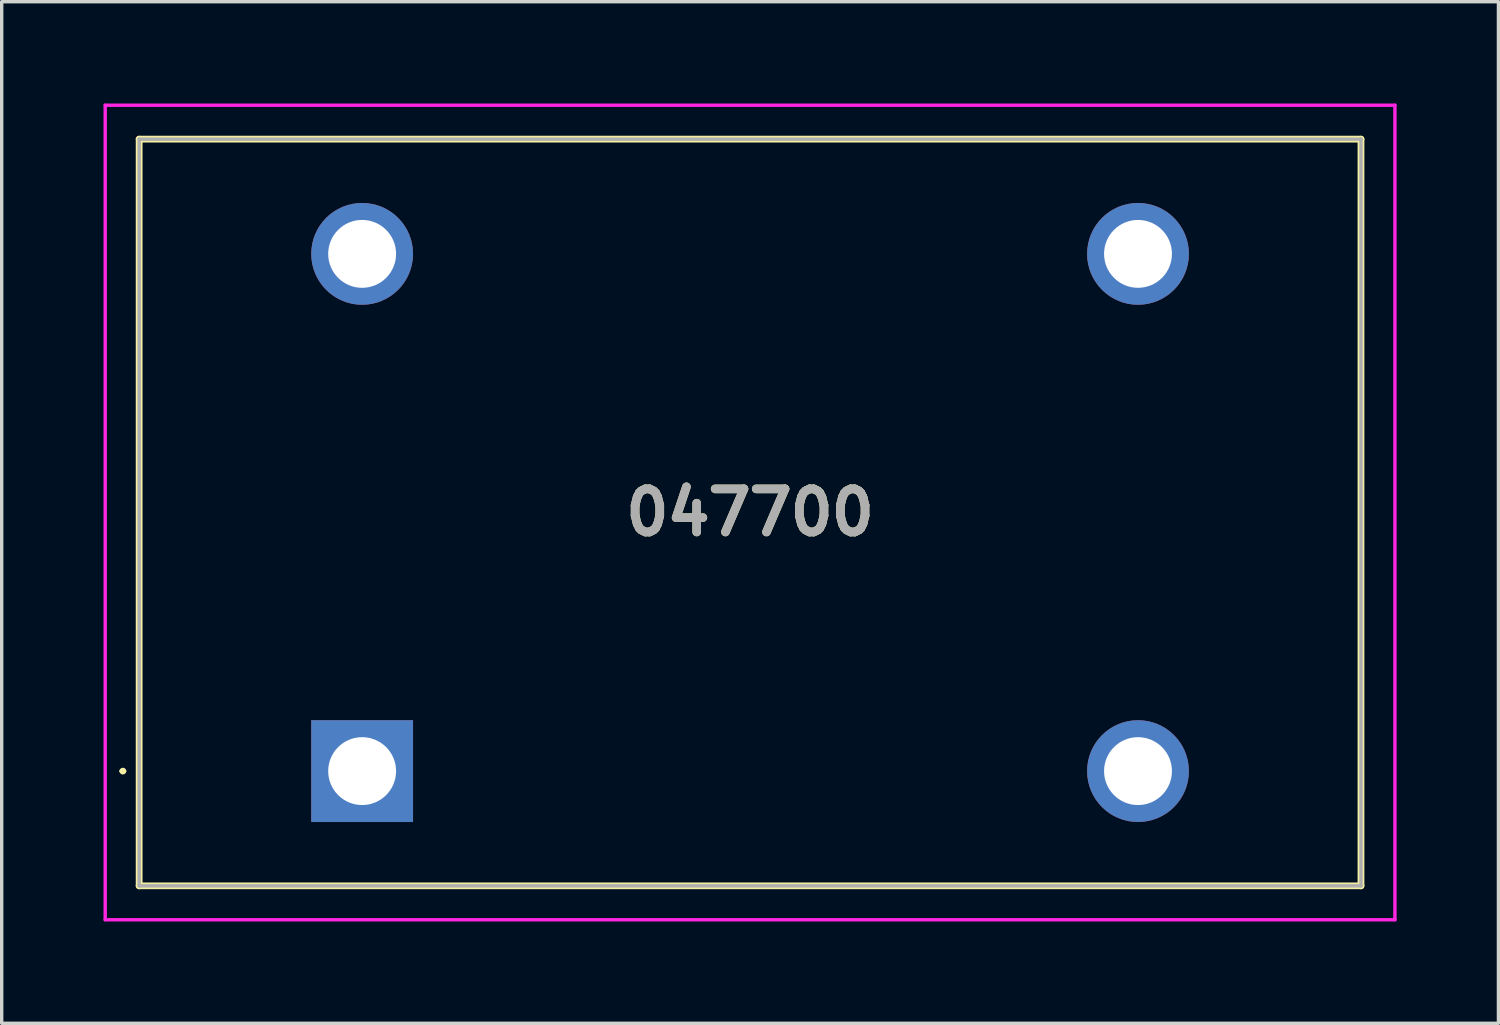
<source format=kicad_pcb>
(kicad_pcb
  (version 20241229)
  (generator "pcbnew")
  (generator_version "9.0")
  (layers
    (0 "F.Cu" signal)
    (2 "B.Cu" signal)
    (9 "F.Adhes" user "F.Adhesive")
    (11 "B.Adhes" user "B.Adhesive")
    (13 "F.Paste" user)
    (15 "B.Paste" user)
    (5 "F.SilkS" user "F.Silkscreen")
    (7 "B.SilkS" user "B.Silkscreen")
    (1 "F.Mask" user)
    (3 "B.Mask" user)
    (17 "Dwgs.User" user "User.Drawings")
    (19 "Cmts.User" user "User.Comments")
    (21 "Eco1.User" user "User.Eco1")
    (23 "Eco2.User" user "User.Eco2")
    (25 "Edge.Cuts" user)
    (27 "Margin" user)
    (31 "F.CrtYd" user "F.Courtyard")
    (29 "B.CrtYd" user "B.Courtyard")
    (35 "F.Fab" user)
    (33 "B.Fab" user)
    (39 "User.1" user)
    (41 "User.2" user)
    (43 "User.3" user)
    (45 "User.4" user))
  (footprint "047700"
    (layer "F.Cu")
    (at 7.62 19.67)
    (property "Reference" "047700" (at 11.43 -7.62 0) (layer "F.SilkS") (effects (font (size 1.27 1.27) (thickness 0.254))))
    (attr through_hole)
    (fp_line (start -7.1 0) (end -7.1 0) (stroke (width 0.1) (type solid)) (layer "F.SilkS"))
    (fp_line (start -7 0) (end -7 0) (stroke (width 0.1) (type solid)) (layer "F.SilkS"))
    (fp_line (start -6.57 -18.62) (end -6.57 3.38) (stroke (width 0.2) (type solid)) (layer "F.SilkS"))
    (fp_line (start -6.57 3.38) (end 29.43 3.38) (stroke (width 0.2) (type solid)) (layer "F.SilkS"))
    (fp_line (start 29.43 -18.62) (end -6.57 -18.62) (stroke (width 0.2) (type solid)) (layer "F.SilkS"))
    (fp_line (start 29.43 3.38) (end 29.43 -18.62) (stroke (width 0.2) (type solid)) (layer "F.SilkS"))
    (fp_arc (start -7.1 0) (mid -7.05 -0.05) (end -7 0) (stroke (width 0.1) (type solid)) (layer "F.SilkS"))
    (fp_arc (start -7 0) (mid -7.05 0.05) (end -7.1 0) (stroke (width 0.1) (type solid)) (layer "F.SilkS"))
    (fp_line (start -7.57 -19.62) (end -7.57 4.38) (stroke (width 0.1) (type solid)) (layer "F.CrtYd"))
    (fp_line (start -7.57 4.38) (end 30.43 4.38) (stroke (width 0.1) (type solid)) (layer "F.CrtYd"))
    (fp_line (start 30.43 -19.62) (end -7.57 -19.62) (stroke (width 0.1) (type solid)) (layer "F.CrtYd"))
    (fp_line (start 30.43 4.38) (end 30.43 -19.62) (stroke (width 0.1) (type solid)) (layer "F.CrtYd"))
    (fp_line (start -6.57 -18.62) (end -6.57 3.38) (stroke (width 0.1) (type solid)) (layer "F.Fab"))
    (fp_line (start -6.57 3.38) (end 29.43 3.38) (stroke (width 0.1) (type solid)) (layer "F.Fab"))
    (fp_line (start 29.43 -18.62) (end -6.57 -18.62) (stroke (width 0.1) (type solid)) (layer "F.Fab"))
    (fp_line (start 29.43 3.38) (end 29.43 -18.62) (stroke (width 0.1) (type solid)) (layer "F.Fab"))
    (fp_text user "${REFERENCE}" (at 11.43 -7.62 0) (layer "F.Fab") (effects (font (size 1.27 1.27) (thickness 0.254))))
    (pad "1" thru_hole rect (at 0 0) (size 3 3) (drill 2) (layers "*.Cu" "*.Mask"))
    (pad "2" thru_hole circle (at 22.86 0) (size 3 3) (drill 2) (layers "*.Cu" "*.Mask"))
    (pad "3" thru_hole circle (at 22.86 -15.24) (size 3 3) (drill 2) (layers "*.Cu" "*.Mask"))
    (pad "4" thru_hole circle (at 0 -15.24) (size 3 3) (drill 2) (layers "*.Cu" "*.Mask")))
  (gr_rect
    (start -3 -3)
    (end 41.1 27.1)
    (stroke (width 0.1) (type default))
    (fill no)
    (layer "Edge.Cuts")))
</source>
